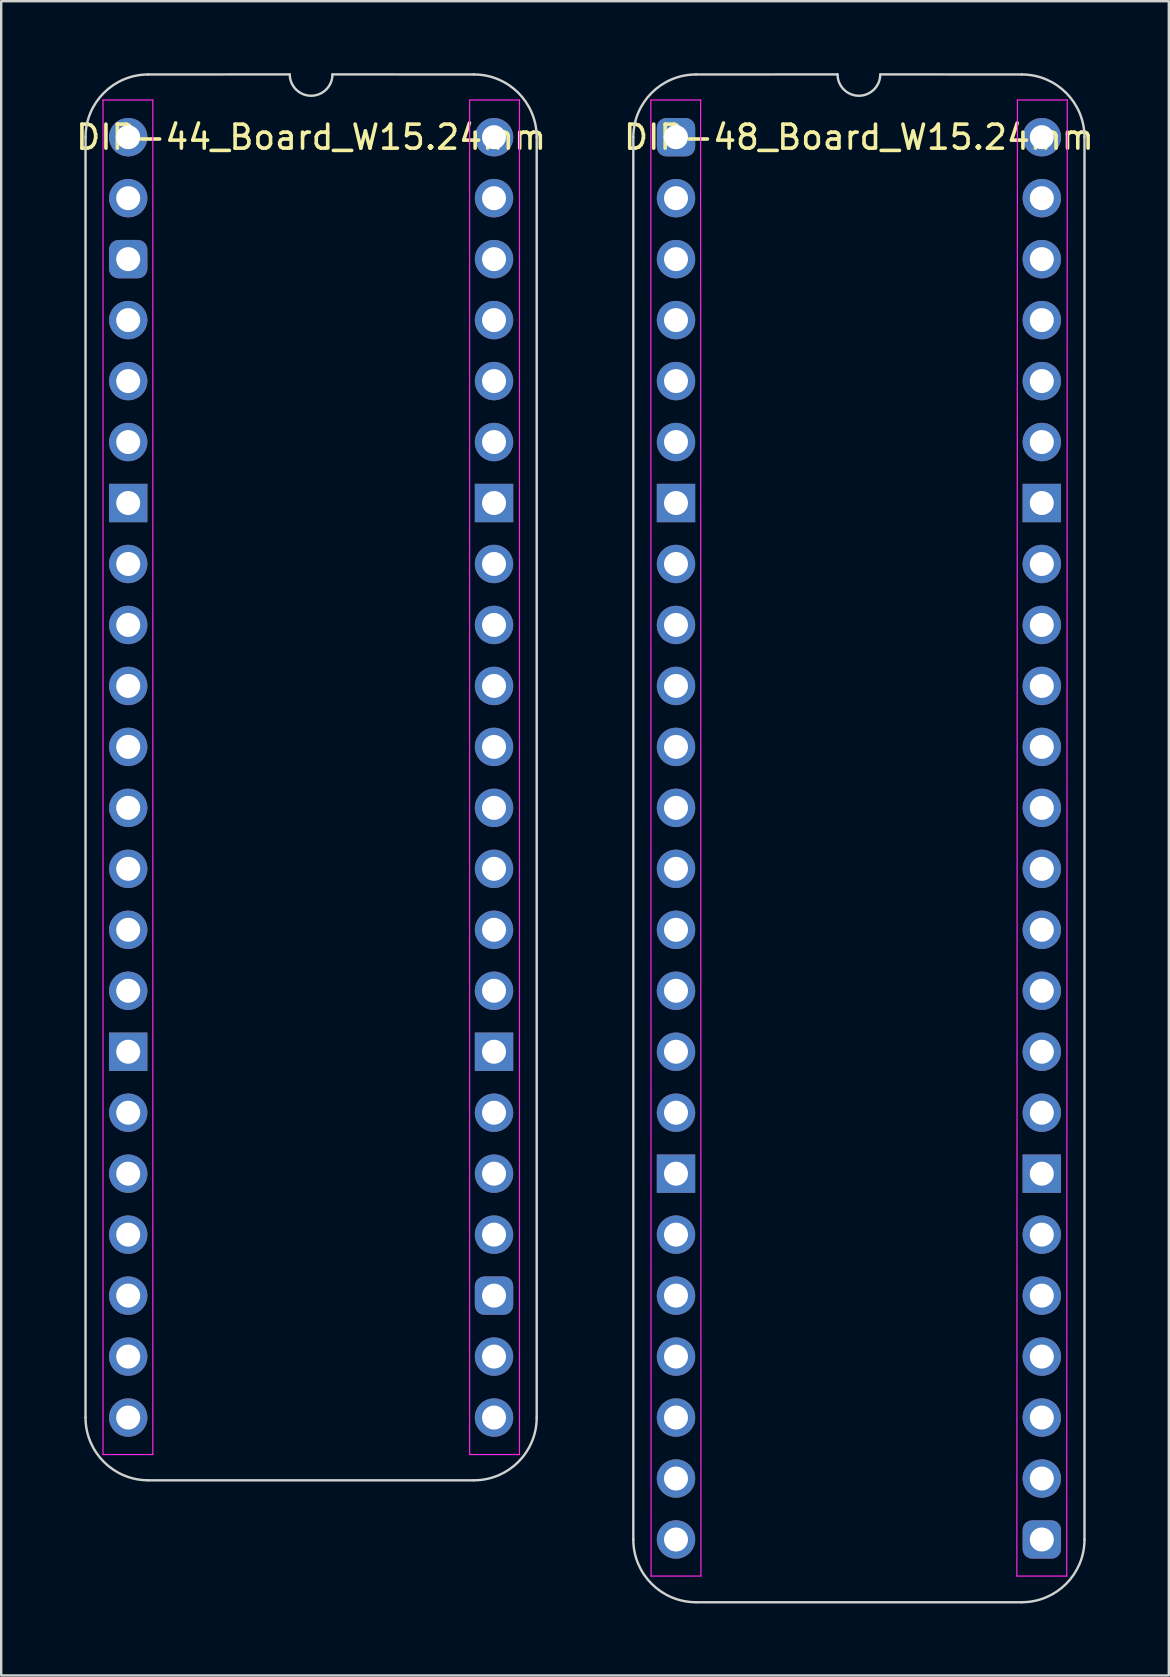
<source format=kicad_pcb>
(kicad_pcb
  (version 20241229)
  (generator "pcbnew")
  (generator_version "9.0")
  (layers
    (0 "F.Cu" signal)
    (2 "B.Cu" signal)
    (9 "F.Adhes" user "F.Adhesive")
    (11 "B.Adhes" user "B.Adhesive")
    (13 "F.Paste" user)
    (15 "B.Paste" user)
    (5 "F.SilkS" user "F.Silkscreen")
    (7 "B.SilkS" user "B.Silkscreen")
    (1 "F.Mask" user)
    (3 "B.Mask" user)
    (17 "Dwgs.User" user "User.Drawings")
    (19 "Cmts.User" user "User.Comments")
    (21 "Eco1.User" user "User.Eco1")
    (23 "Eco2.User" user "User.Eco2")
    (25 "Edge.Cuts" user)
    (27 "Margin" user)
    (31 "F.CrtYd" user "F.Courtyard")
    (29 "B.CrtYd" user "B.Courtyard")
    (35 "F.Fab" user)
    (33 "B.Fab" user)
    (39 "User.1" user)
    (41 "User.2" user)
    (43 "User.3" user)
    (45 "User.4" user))
  (footprint "DIP-44_Board_W15.24mm"
    (layer "F.Cu")
    (at 2.291 2.666)
    (property "Reference" "DIP-44_Board_W15.24mm" (at 7.62 0 0) (layer "F.SilkS") (effects (font (size 1 1) (thickness 0.15))))
    (attr through_hole)
    (fp_line (start -1.778 53.34) (end -1.778 0) (stroke (width 0.1) (type solid)) (layer "Edge.Cuts"))
    (fp_line (start 6.731 -2.616) (end 0.836 -2.614) (stroke (width 0.1) (type solid)) (layer "Edge.Cuts"))
    (fp_line (start 14.404 -2.614) (end 8.509 -2.616) (stroke (width 0.1) (type solid)) (layer "Edge.Cuts"))
    (fp_line (start 14.404 55.954) (end 0.836 55.954) (stroke (width 0.1) (type solid)) (layer "Edge.Cuts"))
    (fp_line (start 17.018 53.34) (end 17.018 -0.000001) (stroke (width 0.1) (type solid)) (layer "Edge.Cuts"))
    (fp_arc (start -1.778 0) (mid -1.012456 -1.848188) (end 0.835732 -2.613732) (stroke (width 0.1) (type solid)) (layer "Edge.Cuts"))
    (fp_arc (start 0.835733 55.953733) (mid -1.012457 55.188189) (end -1.778 53.34) (stroke (width 0.1) (type solid)) (layer "Edge.Cuts"))
    (fp_arc (start 8.509 -2.6162) (mid 7.62 -1.7272) (end 6.731 -2.6162) (stroke (width 0.1) (type default)) (layer "Edge.Cuts"))
    (fp_arc (start 14.404267 -2.613733) (mid 16.252455 -1.848189) (end 17.017999 -0.000001) (stroke (width 0.1) (type solid)) (layer "Edge.Cuts"))
    (fp_arc (start 17.018 53.34) (mid 16.252456 55.188187) (end 14.404268 55.953732) (stroke (width 0.1) (type solid)) (layer "Edge.Cuts"))
    (fp_line (start -1.05 -1.55) (end -1.05 54.88) (stroke (width 0.05) (type solid)) (layer "F.CrtYd"))
    (fp_line (start -1.05 54.88) (end 1.026 54.88) (stroke (width 0.05) (type solid)) (layer "F.CrtYd"))
    (fp_line (start 1.026 -1.55) (end -1.05 -1.55) (stroke (width 0.05) (type solid)) (layer "F.CrtYd"))
    (fp_line (start 1.026 54.88) (end 1.026 -1.55) (stroke (width 0.05) (type solid)) (layer "F.CrtYd"))
    (fp_line (start 14.224 54.88) (end 14.224 -1.55) (stroke (width 0.05) (type solid)) (layer "F.CrtYd"))
    (fp_line (start 14.224 54.88) (end 16.3 54.88) (stroke (width 0.05) (type solid)) (layer "F.CrtYd"))
    (fp_line (start 16.3 -1.55) (end 14.224 -1.55) (stroke (width 0.05) (type solid)) (layer "F.CrtYd"))
    (fp_line (start 16.3 54.88) (end 16.3 -1.55) (stroke (width 0.05) (type solid)) (layer "F.CrtYd"))
    (pad "1" thru_hole circle (at 0 0) (size 1.6 1.6) (drill 1) (layers "*.Cu" "*.Mask"))
    (pad "2" thru_hole oval (at 0 2.54) (size 1.6 1.6) (drill 1) (layers "*.Cu" "*.Mask"))
    (pad "3" thru_hole roundrect (at 0 5.08) (size 1.6 1.6) (drill 1) (layers "*.Cu" "*.Mask") (roundrect_rratio 0.25))
    (pad "4" thru_hole oval (at 0 7.62) (size 1.6 1.6) (drill 1) (layers "*.Cu" "*.Mask"))
    (pad "5" thru_hole oval (at 0 10.16) (size 1.6 1.6) (drill 1) (layers "*.Cu" "*.Mask"))
    (pad "6" thru_hole oval (at 0 12.7) (size 1.6 1.6) (drill 1) (layers "*.Cu" "*.Mask"))
    (pad "7" thru_hole rect (at 0 15.24) (size 1.6 1.6) (drill 1) (layers "*.Cu" "*.Mask"))
    (pad "8" thru_hole oval (at 0 17.78) (size 1.6 1.6) (drill 1) (layers "*.Cu" "*.Mask"))
    (pad "9" thru_hole oval (at 0 20.32) (size 1.6 1.6) (drill 1) (layers "*.Cu" "*.Mask"))
    (pad "10" thru_hole oval (at 0 22.86) (size 1.6 1.6) (drill 1) (layers "*.Cu" "*.Mask"))
    (pad "11" thru_hole oval (at 0 25.4) (size 1.6 1.6) (drill 1) (layers "*.Cu" "*.Mask"))
    (pad "12" thru_hole oval (at 0 27.94) (size 1.6 1.6) (drill 1) (layers "*.Cu" "*.Mask"))
    (pad "13" thru_hole oval (at 0 30.48) (size 1.6 1.6) (drill 1) (layers "*.Cu" "*.Mask"))
    (pad "14" thru_hole oval (at 0 33.02) (size 1.6 1.6) (drill 1) (layers "*.Cu" "*.Mask"))
    (pad "15" thru_hole oval (at 0 35.56) (size 1.6 1.6) (drill 1) (layers "*.Cu" "*.Mask"))
    (pad "16" thru_hole rect (at 0 38.1) (size 1.6 1.6) (drill 1) (layers "*.Cu" "*.Mask"))
    (pad "17" thru_hole oval (at 0 40.64) (size 1.6 1.6) (drill 1) (layers "*.Cu" "*.Mask"))
    (pad "18" thru_hole oval (at 0 43.18) (size 1.6 1.6) (drill 1) (layers "*.Cu" "*.Mask"))
    (pad "19" thru_hole oval (at 0 45.72) (size 1.6 1.6) (drill 1) (layers "*.Cu" "*.Mask"))
    (pad "20" thru_hole oval (at 0 48.26) (size 1.6 1.6) (drill 1) (layers "*.Cu" "*.Mask"))
    (pad "21" thru_hole oval (at 0 50.8) (size 1.6 1.6) (drill 1) (layers "*.Cu" "*.Mask"))
    (pad "22" thru_hole oval (at 0 53.34) (size 1.6 1.6) (drill 1) (layers "*.Cu" "*.Mask"))
    (pad "23" thru_hole oval (at 15.24 53.34) (size 1.6 1.6) (drill 1) (layers "*.Cu" "*.Mask"))
    (pad "24" thru_hole oval (at 15.24 50.8) (size 1.6 1.6) (drill 1) (layers "*.Cu" "*.Mask"))
    (pad "25" thru_hole roundrect (at 15.24 48.26) (size 1.6 1.6) (drill 1) (layers "*.Cu" "*.Mask") (roundrect_rratio 0.25))
    (pad "26" thru_hole oval (at 15.24 45.72) (size 1.6 1.6) (drill 1) (layers "*.Cu" "*.Mask"))
    (pad "27" thru_hole oval (at 15.24 43.18) (size 1.6 1.6) (drill 1) (layers "*.Cu" "*.Mask"))
    (pad "28" thru_hole oval (at 15.24 40.64) (size 1.6 1.6) (drill 1) (layers "*.Cu" "*.Mask"))
    (pad "29" thru_hole rect (at 15.24 38.1) (size 1.6 1.6) (drill 1) (layers "*.Cu" "*.Mask"))
    (pad "30" thru_hole oval (at 15.24 35.56) (size 1.6 1.6) (drill 1) (layers "*.Cu" "*.Mask"))
    (pad "31" thru_hole oval (at 15.24 33.02) (size 1.6 1.6) (drill 1) (layers "*.Cu" "*.Mask"))
    (pad "32" thru_hole oval (at 15.24 30.48) (size 1.6 1.6) (drill 1) (layers "*.Cu" "*.Mask"))
    (pad "33" thru_hole oval (at 15.24 27.94) (size 1.6 1.6) (drill 1) (layers "*.Cu" "*.Mask"))
    (pad "34" thru_hole oval (at 15.24 25.4) (size 1.6 1.6) (drill 1) (layers "*.Cu" "*.Mask"))
    (pad "35" thru_hole oval (at 15.24 22.86) (size 1.6 1.6) (drill 1) (layers "*.Cu" "*.Mask"))
    (pad "36" thru_hole oval (at 15.24 20.32) (size 1.6 1.6) (drill 1) (layers "*.Cu" "*.Mask"))
    (pad "37" thru_hole oval (at 15.24 17.78) (size 1.6 1.6) (drill 1) (layers "*.Cu" "*.Mask"))
    (pad "38" thru_hole rect (at 15.24 15.24) (size 1.6 1.6) (drill 1) (layers "*.Cu" "*.Mask"))
    (pad "39" thru_hole oval (at 15.24 12.7) (size 1.6 1.6) (drill 1) (layers "*.Cu" "*.Mask"))
    (pad "40" thru_hole oval (at 15.24 10.16) (size 1.6 1.6) (drill 1) (layers "*.Cu" "*.Mask"))
    (pad "41" thru_hole oval (at 15.24 7.62) (size 1.6 1.6) (drill 1) (layers "*.Cu" "*.Mask"))
    (pad "42" thru_hole oval (at 15.24 5.08) (size 1.6 1.6) (drill 1) (layers "*.Cu" "*.Mask"))
    (pad "43" thru_hole oval (at 15.24 2.54) (size 1.6 1.6) (drill 1) (layers "*.Cu" "*.Mask"))
    (pad "44" thru_hole oval (at 15.24 0) (size 1.6 1.6) (drill 1) (layers "*.Cu" "*.Mask")))
  (footprint "DIP-48_Board_W15.24mm"
    (layer "F.Cu")
    (at 25.112 2.666)
    (property "Reference" "DIP-48_Board_W15.24mm" (at 7.62 0 0) (layer "F.SilkS") (effects (font (size 1 1) (thickness 0.15))))
    (attr through_hole)
    (fp_line (start -1.778 58.42) (end -1.778 0) (stroke (width 0.1) (type solid)) (layer "Edge.Cuts"))
    (fp_line (start 6.731 -2.616) (end 0.836 -2.614) (stroke (width 0.1) (type solid)) (layer "Edge.Cuts"))
    (fp_line (start 14.404 -2.614) (end 8.509 -2.616) (stroke (width 0.1) (type solid)) (layer "Edge.Cuts"))
    (fp_line (start 14.404 61.034) (end 0.836 61.034) (stroke (width 0.1) (type solid)) (layer "Edge.Cuts"))
    (fp_line (start 17.018 58.42) (end 17.018 -0.000001) (stroke (width 0.1) (type solid)) (layer "Edge.Cuts"))
    (fp_arc (start -1.778 0) (mid -1.012456 -1.848188) (end 0.835732 -2.613732) (stroke (width 0.1) (type solid)) (layer "Edge.Cuts"))
    (fp_arc (start 0.835733 61.033733) (mid -1.012456 60.268189) (end -1.778 58.42) (stroke (width 0.1) (type solid)) (layer "Edge.Cuts"))
    (fp_arc (start 8.509 -2.6162) (mid 7.62 -1.7272) (end 6.731 -2.6162) (stroke (width 0.1) (type default)) (layer "Edge.Cuts"))
    (fp_arc (start 14.404267 -2.613733) (mid 16.252455 -1.848189) (end 17.017999 -0.000001) (stroke (width 0.1) (type solid)) (layer "Edge.Cuts"))
    (fp_arc (start 17.018 58.42) (mid 16.252455 60.268187) (end 14.404268 61.033732) (stroke (width 0.1) (type solid)) (layer "Edge.Cuts"))
    (fp_line (start -1.049 -1.55) (end -1.038 59.945) (stroke (width 0.05) (type solid)) (layer "F.CrtYd"))
    (fp_line (start -1.038 59.944) (end 1.038 59.944) (stroke (width 0.05) (type solid)) (layer "F.CrtYd"))
    (fp_line (start 1.026 -1.55) (end -1.05 -1.55) (stroke (width 0.05) (type solid)) (layer "F.CrtYd"))
    (fp_line (start 1.039 59.944) (end 1.026 -1.55) (stroke (width 0.05) (type solid)) (layer "F.CrtYd"))
    (fp_line (start 14.201 59.944) (end 14.224 -1.55) (stroke (width 0.05) (type solid)) (layer "F.CrtYd"))
    (fp_line (start 14.202 59.944) (end 16.278 59.944) (stroke (width 0.05) (type solid)) (layer "F.CrtYd"))
    (fp_line (start 16.278 59.944) (end 16.3 -1.55) (stroke (width 0.05) (type solid)) (layer "F.CrtYd"))
    (fp_line (start 16.3 -1.55) (end 14.224 -1.55) (stroke (width 0.05) (type solid)) (layer "F.CrtYd"))
    (pad "1" thru_hole roundrect (at 0 0) (size 1.6 1.6) (drill 1) (layers "*.Cu" "*.Mask") (roundrect_rratio 0.25))
    (pad "2" thru_hole oval (at 0 2.54) (size 1.6 1.6) (drill 1) (layers "*.Cu" "*.Mask"))
    (pad "3" thru_hole oval (at 0 5.08) (size 1.6 1.6) (drill 1) (layers "*.Cu" "*.Mask"))
    (pad "4" thru_hole oval (at 0 7.62) (size 1.6 1.6) (drill 1) (layers "*.Cu" "*.Mask"))
    (pad "5" thru_hole oval (at 0 10.16) (size 1.6 1.6) (drill 1) (layers "*.Cu" "*.Mask"))
    (pad "6" thru_hole oval (at 0 12.7) (size 1.6 1.6) (drill 1) (layers "*.Cu" "*.Mask"))
    (pad "7" thru_hole rect (at 0 15.24) (size 1.6 1.6) (drill 1) (layers "*.Cu" "*.Mask"))
    (pad "8" thru_hole circle (at 0 17.78) (size 1.6 1.6) (drill 1) (layers "*.Cu" "*.Mask"))
    (pad "9" thru_hole circle (at 0 20.32) (size 1.6 1.6) (drill 1) (layers "*.Cu" "*.Mask"))
    (pad "10" thru_hole oval (at 0 22.86) (size 1.6 1.6) (drill 1) (layers "*.Cu" "*.Mask"))
    (pad "11" thru_hole oval (at 0 25.4) (size 1.6 1.6) (drill 1) (layers "*.Cu" "*.Mask"))
    (pad "12" thru_hole oval (at 0 27.94) (size 1.6 1.6) (drill 1) (layers "*.Cu" "*.Mask"))
    (pad "13" thru_hole oval (at 0 30.48) (size 1.6 1.6) (drill 1) (layers "*.Cu" "*.Mask"))
    (pad "14" thru_hole oval (at 0 33.02) (size 1.6 1.6) (drill 1) (layers "*.Cu" "*.Mask"))
    (pad "15" thru_hole oval (at 0 35.56) (size 1.6 1.6) (drill 1) (layers "*.Cu" "*.Mask"))
    (pad "16" thru_hole oval (at 0 38.1) (size 1.6 1.6) (drill 1) (layers "*.Cu" "*.Mask"))
    (pad "17" thru_hole circle (at 0 40.64) (size 1.6 1.6) (drill 1) (layers "*.Cu" "*.Mask"))
    (pad "18" thru_hole rect (at 0 43.18) (size 1.6 1.6) (drill 1) (layers "*.Cu" "*.Mask"))
    (pad "19" thru_hole oval (at 0 45.72) (size 1.6 1.6) (drill 1) (layers "*.Cu" "*.Mask"))
    (pad "20" thru_hole oval (at 0 48.26) (size 1.6 1.6) (drill 1) (layers "*.Cu" "*.Mask"))
    (pad "21" thru_hole oval (at 0 50.8) (size 1.6 1.6) (drill 1) (layers "*.Cu" "*.Mask"))
    (pad "22" thru_hole oval (at 0 53.34) (size 1.6 1.6) (drill 1) (layers "*.Cu" "*.Mask"))
    (pad "23" thru_hole oval (at 0 55.88) (size 1.6 1.6) (drill 1) (layers "*.Cu" "*.Mask"))
    (pad "24" thru_hole oval (at 0 58.42) (size 1.6 1.6) (drill 1) (layers "*.Cu" "*.Mask"))
    (pad "25" thru_hole roundrect (at 15.24 58.42) (size 1.6 1.6) (drill 1) (layers "*.Cu" "*.Mask") (roundrect_rratio 0.25))
    (pad "26" thru_hole oval (at 15.24 55.88) (size 1.6 1.6) (drill 1) (layers "*.Cu" "*.Mask"))
    (pad "27" thru_hole oval (at 15.24 53.34) (size 1.6 1.6) (drill 1) (layers "*.Cu" "*.Mask"))
    (pad "28" thru_hole oval (at 15.24 50.8) (size 1.6 1.6) (drill 1) (layers "*.Cu" "*.Mask"))
    (pad "29" thru_hole oval (at 15.24 48.26) (size 1.6 1.6) (drill 1) (layers "*.Cu" "*.Mask"))
    (pad "30" thru_hole oval (at 15.24 45.72) (size 1.6 1.6) (drill 1) (layers "*.Cu" "*.Mask"))
    (pad "31" thru_hole rect (at 15.24 43.18) (size 1.6 1.6) (drill 1) (layers "*.Cu" "*.Mask"))
    (pad "32" thru_hole circle (at 15.24 40.64) (size 1.6 1.6) (drill 1) (layers "*.Cu" "*.Mask"))
    (pad "33" thru_hole oval (at 15.24 38.1) (size 1.6 1.6) (drill 1) (layers "*.Cu" "*.Mask"))
    (pad "34" thru_hole oval (at 15.24 35.56) (size 1.6 1.6) (drill 1) (layers "*.Cu" "*.Mask"))
    (pad "35" thru_hole oval (at 15.24 33.02) (size 1.6 1.6) (drill 1) (layers "*.Cu" "*.Mask"))
    (pad "36" thru_hole oval (at 15.24 30.48) (size 1.6 1.6) (drill 1) (layers "*.Cu" "*.Mask"))
    (pad "37" thru_hole oval (at 15.24 27.94) (size 1.6 1.6) (drill 1) (layers "*.Cu" "*.Mask"))
    (pad "38" thru_hole oval (at 15.24 25.4) (size 1.6 1.6) (drill 1) (layers "*.Cu" "*.Mask"))
    (pad "39" thru_hole oval (at 15.24 22.86) (size 1.6 1.6) (drill 1) (layers "*.Cu" "*.Mask"))
    (pad "40" thru_hole circle (at 15.24 20.32) (size 1.6 1.6) (drill 1) (layers "*.Cu" "*.Mask"))
    (pad "41" thru_hole circle (at 15.24 17.78) (size 1.6 1.6) (drill 1) (layers "*.Cu" "*.Mask"))
    (pad "42" thru_hole rect (at 15.24 15.24) (size 1.6 1.6) (drill 1) (layers "*.Cu" "*.Mask"))
    (pad "43" thru_hole oval (at 15.24 12.7) (size 1.6 1.6) (drill 1) (layers "*.Cu" "*.Mask"))
    (pad "44" thru_hole oval (at 15.24 10.16) (size 1.6 1.6) (drill 1) (layers "*.Cu" "*.Mask"))
    (pad "45" thru_hole oval (at 15.24 7.62) (size 1.6 1.6) (drill 1) (layers "*.Cu" "*.Mask"))
    (pad "46" thru_hole oval (at 15.24 5.08) (size 1.6 1.6) (drill 1) (layers "*.Cu" "*.Mask"))
    (pad "47" thru_hole oval (at 15.24 2.54) (size 1.6 1.6) (drill 1) (layers "*.Cu" "*.Mask"))
    (pad "48" thru_hole oval (at 15.24 0) (size 1.6 1.6) (drill 1) (layers "*.Cu" "*.Mask")))
  (gr_rect
    (start -3 -3)
    (end 45.643 66.75)
    (stroke (width 0.1) (type default))
    (fill no)
    (layer "Edge.Cuts")))
</source>
